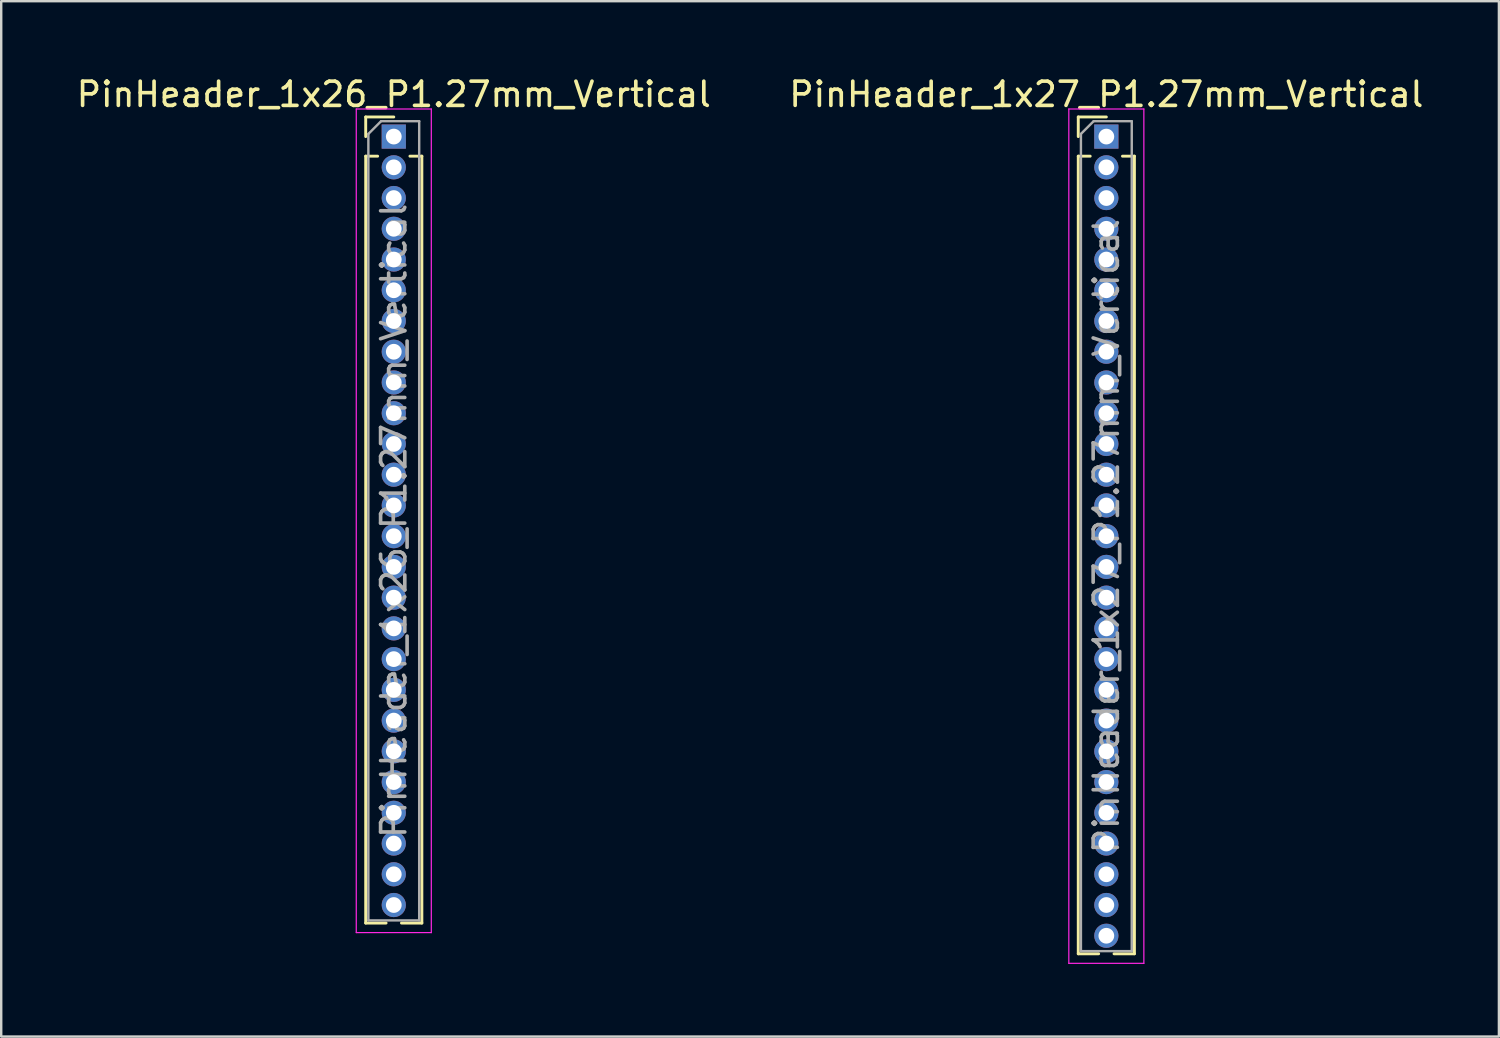
<source format=kicad_pcb>
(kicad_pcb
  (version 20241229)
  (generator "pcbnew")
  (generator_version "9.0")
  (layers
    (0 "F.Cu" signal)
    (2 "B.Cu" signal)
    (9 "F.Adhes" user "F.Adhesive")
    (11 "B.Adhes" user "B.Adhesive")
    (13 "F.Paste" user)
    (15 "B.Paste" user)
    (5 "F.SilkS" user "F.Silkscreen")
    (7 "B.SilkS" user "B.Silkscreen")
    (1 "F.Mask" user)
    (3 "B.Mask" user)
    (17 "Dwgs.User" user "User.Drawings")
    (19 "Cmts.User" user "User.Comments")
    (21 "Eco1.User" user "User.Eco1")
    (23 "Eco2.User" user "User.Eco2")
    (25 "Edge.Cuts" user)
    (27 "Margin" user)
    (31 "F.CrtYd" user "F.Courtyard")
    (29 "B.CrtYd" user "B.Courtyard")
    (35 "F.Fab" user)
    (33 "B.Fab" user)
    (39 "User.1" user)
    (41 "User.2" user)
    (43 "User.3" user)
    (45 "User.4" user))
  (footprint "PinHeader_1x26_P1.27mm_Vertical"
    (layer "F.Cu")
    (at 13.22 2.593)
    (property "Reference" "PinHeader_1x26_P1.27mm_Vertical" (at 0 -1.745 0) (layer "F.SilkS") (effects (font (size 1 1) (thickness 0.15))))
    (attr through_hole)
    (fp_line (start -1.16 -0.81) (end 0 -0.81) (stroke (width 0.12) (type solid)) (layer "F.SilkS"))
    (fp_line (start -1.16 0) (end -1.16 -0.81) (stroke (width 0.12) (type solid)) (layer "F.SilkS"))
    (fp_line (start -1.16 0.81) (end -1.16 32.495) (stroke (width 0.12) (type solid)) (layer "F.SilkS"))
    (fp_line (start -1.16 0.81) (end -0.667 0.81) (stroke (width 0.12) (type solid)) (layer "F.SilkS"))
    (fp_line (start -1.16 32.495) (end -0.318 32.495) (stroke (width 0.12) (type solid)) (layer "F.SilkS"))
    (fp_line (start 0.318 32.495) (end 1.16 32.495) (stroke (width 0.12) (type solid)) (layer "F.SilkS"))
    (fp_line (start 0.667 0.81) (end 1.16 0.81) (stroke (width 0.12) (type solid)) (layer "F.SilkS"))
    (fp_line (start 1.16 0.81) (end 1.16 32.495) (stroke (width 0.12) (type solid)) (layer "F.SilkS"))
    (fp_line (start -1.55 -1.14) (end -1.55 32.89) (stroke (width 0.05) (type solid)) (layer "F.CrtYd"))
    (fp_line (start -1.55 32.89) (end 1.55 32.89) (stroke (width 0.05) (type solid)) (layer "F.CrtYd"))
    (fp_line (start 1.55 -1.14) (end -1.55 -1.14) (stroke (width 0.05) (type solid)) (layer "F.CrtYd"))
    (fp_line (start 1.55 32.89) (end 1.55 -1.14) (stroke (width 0.05) (type solid)) (layer "F.CrtYd"))
    (fp_line (start -1.05 -0.11) (end -0.525 -0.635) (stroke (width 0.1) (type solid)) (layer "F.Fab"))
    (fp_line (start -1.05 32.385) (end -1.05 -0.11) (stroke (width 0.1) (type solid)) (layer "F.Fab"))
    (fp_line (start -0.525 -0.635) (end 1.05 -0.635) (stroke (width 0.1) (type solid)) (layer "F.Fab"))
    (fp_line (start 1.05 -0.635) (end 1.05 32.385) (stroke (width 0.1) (type solid)) (layer "F.Fab"))
    (fp_line (start 1.05 32.385) (end -1.05 32.385) (stroke (width 0.1) (type solid)) (layer "F.Fab"))
    (fp_text user "${REFERENCE}" (at 0 15.875 90) (layer "F.Fab") (effects (font (size 1 1) (thickness 0.15))))
    (pad "1" thru_hole rect (at 0 0) (size 1 1) (drill 0.65) (layers "*.Cu" "*.Mask"))
    (pad "2" thru_hole circle (at 0 1.27) (size 1 1) (drill 0.65) (layers "*.Cu" "*.Mask"))
    (pad "3" thru_hole circle (at 0 2.54) (size 1 1) (drill 0.65) (layers "*.Cu" "*.Mask"))
    (pad "4" thru_hole circle (at 0 3.81) (size 1 1) (drill 0.65) (layers "*.Cu" "*.Mask"))
    (pad "5" thru_hole circle (at 0 5.08) (size 1 1) (drill 0.65) (layers "*.Cu" "*.Mask"))
    (pad "6" thru_hole circle (at 0 6.35) (size 1 1) (drill 0.65) (layers "*.Cu" "*.Mask"))
    (pad "7" thru_hole circle (at 0 7.62) (size 1 1) (drill 0.65) (layers "*.Cu" "*.Mask"))
    (pad "8" thru_hole circle (at 0 8.89) (size 1 1) (drill 0.65) (layers "*.Cu" "*.Mask"))
    (pad "9" thru_hole circle (at 0 10.16) (size 1 1) (drill 0.65) (layers "*.Cu" "*.Mask"))
    (pad "10" thru_hole circle (at 0 11.43) (size 1 1) (drill 0.65) (layers "*.Cu" "*.Mask"))
    (pad "11" thru_hole circle (at 0 12.7) (size 1 1) (drill 0.65) (layers "*.Cu" "*.Mask"))
    (pad "12" thru_hole circle (at 0 13.97) (size 1 1) (drill 0.65) (layers "*.Cu" "*.Mask"))
    (pad "13" thru_hole circle (at 0 15.24) (size 1 1) (drill 0.65) (layers "*.Cu" "*.Mask"))
    (pad "14" thru_hole circle (at 0 16.51) (size 1 1) (drill 0.65) (layers "*.Cu" "*.Mask"))
    (pad "15" thru_hole circle (at 0 17.78) (size 1 1) (drill 0.65) (layers "*.Cu" "*.Mask"))
    (pad "16" thru_hole circle (at 0 19.05) (size 1 1) (drill 0.65) (layers "*.Cu" "*.Mask"))
    (pad "17" thru_hole circle (at 0 20.32) (size 1 1) (drill 0.65) (layers "*.Cu" "*.Mask"))
    (pad "18" thru_hole circle (at 0 21.59) (size 1 1) (drill 0.65) (layers "*.Cu" "*.Mask"))
    (pad "19" thru_hole circle (at 0 22.86) (size 1 1) (drill 0.65) (layers "*.Cu" "*.Mask"))
    (pad "20" thru_hole circle (at 0 24.13) (size 1 1) (drill 0.65) (layers "*.Cu" "*.Mask"))
    (pad "21" thru_hole circle (at 0 25.4) (size 1 1) (drill 0.65) (layers "*.Cu" "*.Mask"))
    (pad "22" thru_hole circle (at 0 26.67) (size 1 1) (drill 0.65) (layers "*.Cu" "*.Mask"))
    (pad "23" thru_hole circle (at 0 27.94) (size 1 1) (drill 0.65) (layers "*.Cu" "*.Mask"))
    (pad "24" thru_hole circle (at 0 29.21) (size 1 1) (drill 0.65) (layers "*.Cu" "*.Mask"))
    (pad "25" thru_hole circle (at 0 30.48) (size 1 1) (drill 0.65) (layers "*.Cu" "*.Mask"))
    (pad "26" thru_hole circle (at 0 31.75) (size 1 1) (drill 0.65) (layers "*.Cu" "*.Mask")))
  (footprint "PinHeader_1x27_P1.27mm_Vertical"
    (layer "F.Cu")
    (at 42.661 2.593)
    (property "Reference" "PinHeader_1x27_P1.27mm_Vertical" (at 0 -1.745 0) (layer "F.SilkS") (effects (font (size 1 1) (thickness 0.15))))
    (attr through_hole)
    (fp_line (start -1.16 -0.81) (end 0 -0.81) (stroke (width 0.12) (type solid)) (layer "F.SilkS"))
    (fp_line (start -1.16 0) (end -1.16 -0.81) (stroke (width 0.12) (type solid)) (layer "F.SilkS"))
    (fp_line (start -1.16 0.81) (end -1.16 33.765) (stroke (width 0.12) (type solid)) (layer "F.SilkS"))
    (fp_line (start -1.16 0.81) (end -0.667 0.81) (stroke (width 0.12) (type solid)) (layer "F.SilkS"))
    (fp_line (start -1.16 33.765) (end -0.318 33.765) (stroke (width 0.12) (type solid)) (layer "F.SilkS"))
    (fp_line (start 0.318 33.765) (end 1.16 33.765) (stroke (width 0.12) (type solid)) (layer "F.SilkS"))
    (fp_line (start 0.667 0.81) (end 1.16 0.81) (stroke (width 0.12) (type solid)) (layer "F.SilkS"))
    (fp_line (start 1.16 0.81) (end 1.16 33.765) (stroke (width 0.12) (type solid)) (layer "F.SilkS"))
    (fp_line (start -1.55 -1.14) (end -1.55 34.16) (stroke (width 0.05) (type solid)) (layer "F.CrtYd"))
    (fp_line (start -1.55 34.16) (end 1.55 34.16) (stroke (width 0.05) (type solid)) (layer "F.CrtYd"))
    (fp_line (start 1.55 -1.14) (end -1.55 -1.14) (stroke (width 0.05) (type solid)) (layer "F.CrtYd"))
    (fp_line (start 1.55 34.16) (end 1.55 -1.14) (stroke (width 0.05) (type solid)) (layer "F.CrtYd"))
    (fp_line (start -1.05 -0.11) (end -0.525 -0.635) (stroke (width 0.1) (type solid)) (layer "F.Fab"))
    (fp_line (start -1.05 33.655) (end -1.05 -0.11) (stroke (width 0.1) (type solid)) (layer "F.Fab"))
    (fp_line (start -0.525 -0.635) (end 1.05 -0.635) (stroke (width 0.1) (type solid)) (layer "F.Fab"))
    (fp_line (start 1.05 -0.635) (end 1.05 33.655) (stroke (width 0.1) (type solid)) (layer "F.Fab"))
    (fp_line (start 1.05 33.655) (end -1.05 33.655) (stroke (width 0.1) (type solid)) (layer "F.Fab"))
    (fp_text user "${REFERENCE}" (at 0 16.51 90) (layer "F.Fab") (effects (font (size 1 1) (thickness 0.15))))
    (pad "1" thru_hole rect (at 0 0) (size 1 1) (drill 0.65) (layers "*.Cu" "*.Mask"))
    (pad "2" thru_hole circle (at 0 1.27) (size 1 1) (drill 0.65) (layers "*.Cu" "*.Mask"))
    (pad "3" thru_hole circle (at 0 2.54) (size 1 1) (drill 0.65) (layers "*.Cu" "*.Mask"))
    (pad "4" thru_hole circle (at 0 3.81) (size 1 1) (drill 0.65) (layers "*.Cu" "*.Mask"))
    (pad "5" thru_hole circle (at 0 5.08) (size 1 1) (drill 0.65) (layers "*.Cu" "*.Mask"))
    (pad "6" thru_hole circle (at 0 6.35) (size 1 1) (drill 0.65) (layers "*.Cu" "*.Mask"))
    (pad "7" thru_hole circle (at 0 7.62) (size 1 1) (drill 0.65) (layers "*.Cu" "*.Mask"))
    (pad "8" thru_hole circle (at 0 8.89) (size 1 1) (drill 0.65) (layers "*.Cu" "*.Mask"))
    (pad "9" thru_hole circle (at 0 10.16) (size 1 1) (drill 0.65) (layers "*.Cu" "*.Mask"))
    (pad "10" thru_hole circle (at 0 11.43) (size 1 1) (drill 0.65) (layers "*.Cu" "*.Mask"))
    (pad "11" thru_hole circle (at 0 12.7) (size 1 1) (drill 0.65) (layers "*.Cu" "*.Mask"))
    (pad "12" thru_hole circle (at 0 13.97) (size 1 1) (drill 0.65) (layers "*.Cu" "*.Mask"))
    (pad "13" thru_hole circle (at 0 15.24) (size 1 1) (drill 0.65) (layers "*.Cu" "*.Mask"))
    (pad "14" thru_hole circle (at 0 16.51) (size 1 1) (drill 0.65) (layers "*.Cu" "*.Mask"))
    (pad "15" thru_hole circle (at 0 17.78) (size 1 1) (drill 0.65) (layers "*.Cu" "*.Mask"))
    (pad "16" thru_hole circle (at 0 19.05) (size 1 1) (drill 0.65) (layers "*.Cu" "*.Mask"))
    (pad "17" thru_hole circle (at 0 20.32) (size 1 1) (drill 0.65) (layers "*.Cu" "*.Mask"))
    (pad "18" thru_hole circle (at 0 21.59) (size 1 1) (drill 0.65) (layers "*.Cu" "*.Mask"))
    (pad "19" thru_hole circle (at 0 22.86) (size 1 1) (drill 0.65) (layers "*.Cu" "*.Mask"))
    (pad "20" thru_hole circle (at 0 24.13) (size 1 1) (drill 0.65) (layers "*.Cu" "*.Mask"))
    (pad "21" thru_hole circle (at 0 25.4) (size 1 1) (drill 0.65) (layers "*.Cu" "*.Mask"))
    (pad "22" thru_hole circle (at 0 26.67) (size 1 1) (drill 0.65) (layers "*.Cu" "*.Mask"))
    (pad "23" thru_hole circle (at 0 27.94) (size 1 1) (drill 0.65) (layers "*.Cu" "*.Mask"))
    (pad "24" thru_hole circle (at 0 29.21) (size 1 1) (drill 0.65) (layers "*.Cu" "*.Mask"))
    (pad "25" thru_hole circle (at 0 30.48) (size 1 1) (drill 0.65) (layers "*.Cu" "*.Mask"))
    (pad "26" thru_hole circle (at 0 31.75) (size 1 1) (drill 0.65) (layers "*.Cu" "*.Mask"))
    (pad "27" thru_hole circle (at 0 33.02) (size 1 1) (drill 0.65) (layers "*.Cu" "*.Mask")))
  (gr_rect
    (start -3 -3)
    (end 58.881 39.778)
    (stroke (width 0.1) (type default))
    (fill no)
    (layer "Edge.Cuts")))
</source>
